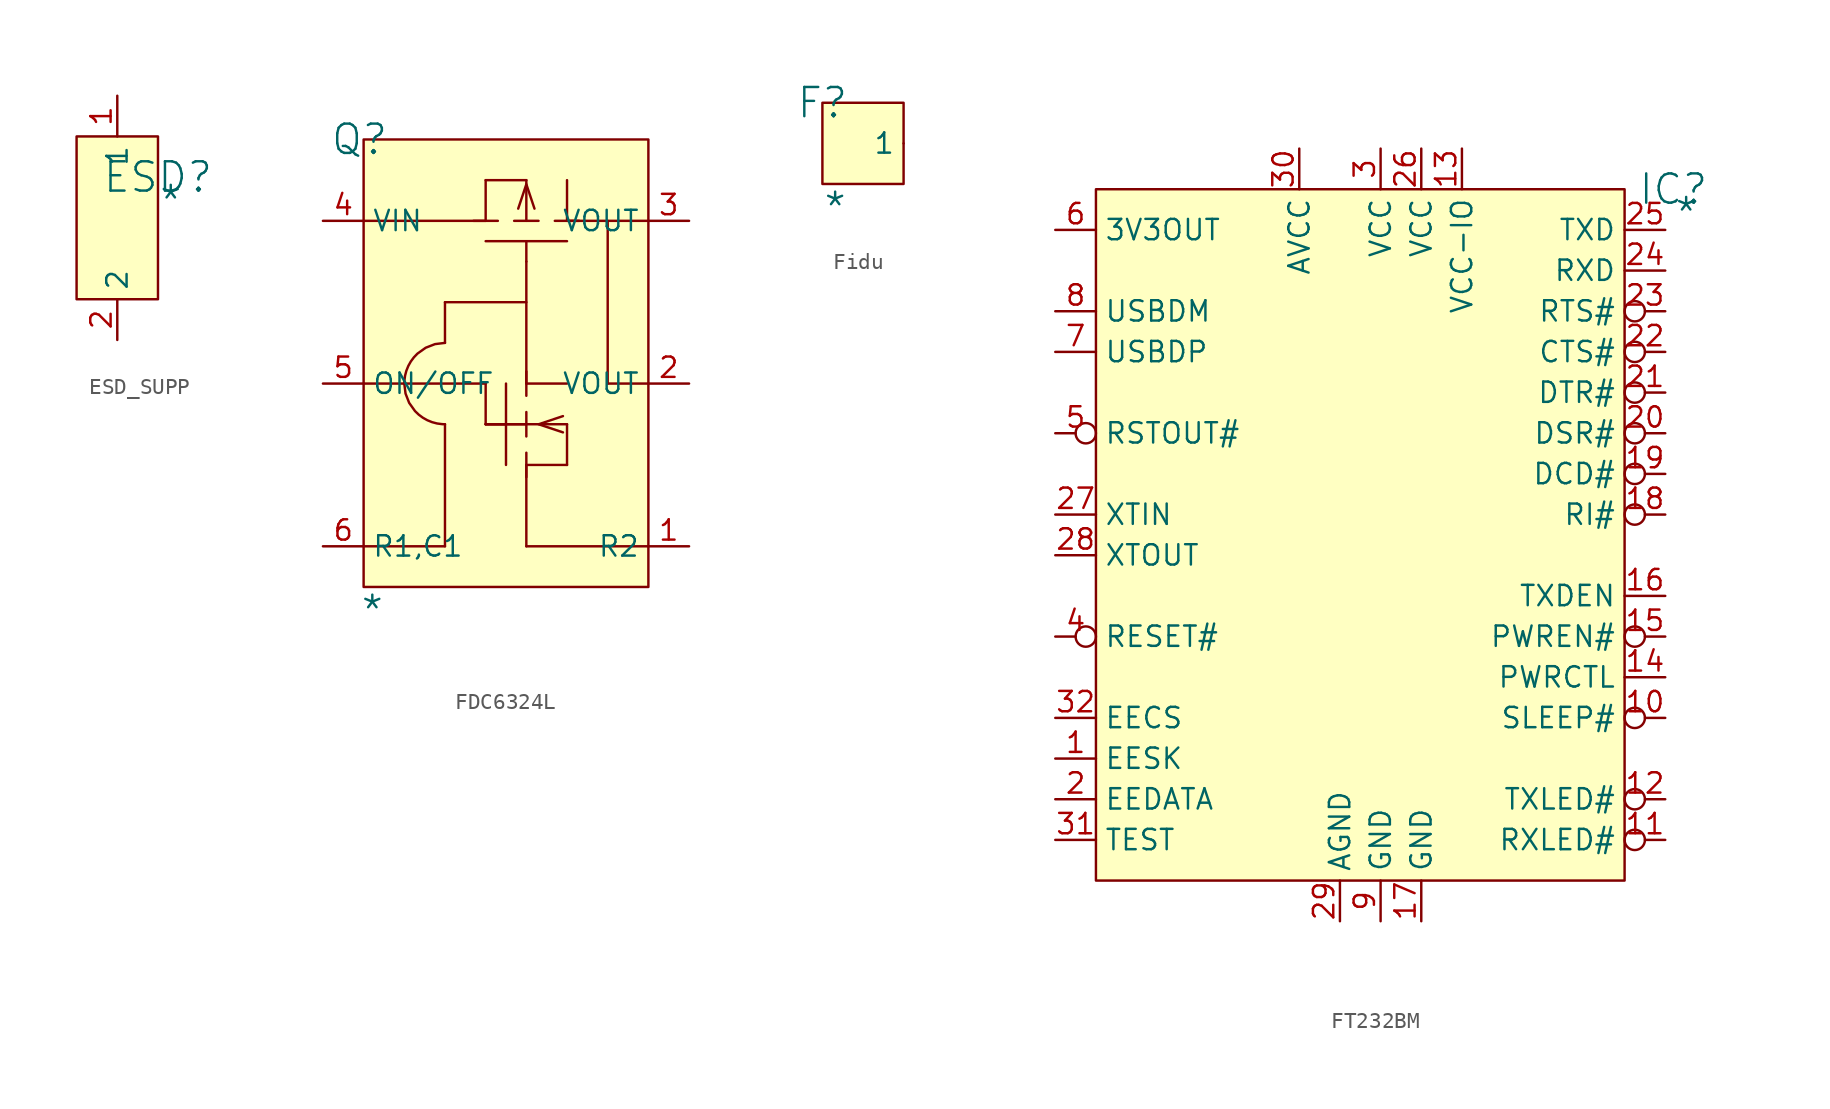
<source format=kicad_sym>
(kicad_symbol_lib
  (version 20241209)
  (generator "kicad_symbol_editor")
  (generator_version "9.0")
  (symbol "ESD_SUPP"
    (property "Reference" "ESD"
      (at 5.08 -2.54 0)
      (effects (font (size 1.829 1.829))))
    (property "Value" "*"
      (at 5.08 -5.08 0)
      (effects (font (size 1.829 1.829)) (justify left bottom)))
    (symbol "ESD_SUPP_1_0"
      (rectangle (start 5.08 0) (end 0 -10.16) (stroke (width 0) (type solid) (color 128 0 0 1)) (fill (type background)))
      (pin passive line (at 2.54 2.54 270) (length 2.54) (name "1" (effects (font (size 1.27 1.27)))) (number "1" (effects (font (size 1.27 1.27)))))
      (pin passive line (at 2.54 -12.7 90) (length 2.54) (name "2" (effects (font (size 1.27 1.27)))) (number "2" (effects (font (size 1.27 1.27)))))))
  (symbol "FDC6324L"
    (property "Reference" "Q"
      (at -0.254 0 0)
      (effects (font (size 1.829 1.829))))
    (property "Value" "*"
      (at -0.254 -30.48 0)
      (effects (font (size 1.829 1.829)) (justify left bottom)))
    (symbol "FDC6324L_1_0"
      (polyline (pts (xy 0 -5.08) (xy 7.62 -5.08)) (stroke (width 0) (type solid)) (fill (type none)))
      (polyline (pts (xy 2.54 -15.24) (xy 0 -15.24)) (stroke (width 0) (type solid)) (fill (type none)))
      (bezier (pts (xy 2.54 -15.24) (xy 2.54 -16.643) (xy 3.677 -17.78) (xy 5.08 -17.78)) (stroke (width 0) (type solid)) (fill (type none)))
      (polyline (pts (xy 5.08 -10.16) (xy 10.16 -10.16)) (stroke (width 0) (type solid)) (fill (type none)))
      (polyline (pts (xy 5.08 -12.7) (xy 5.08 -10.16)) (stroke (width 0) (type solid)) (fill (type none)))
      (bezier (pts (xy 5.08 -12.7) (xy 3.677 -12.7) (xy 2.54 -13.837) (xy 2.54 -15.24)) (stroke (width 0) (type solid)) (fill (type none)))
      (polyline (pts (xy 5.08 -17.78) (xy 5.08 -25.4)) (stroke (width 0) (type solid)) (fill (type none)))
      (polyline (pts (xy 5.08 -25.4) (xy 0 -25.4)) (stroke (width 0) (type solid)) (fill (type none)))
      (polyline (pts (xy 7.62 -5.08) (xy 7.62 -2.54)) (stroke (width 0) (type solid)) (fill (type none)))
      (polyline (pts (xy 7.62 -15.24) (xy 2.54 -15.24)) (stroke (width 0) (type solid)) (fill (type none)))
      (polyline (pts (xy 7.62 -15.24) (xy 7.62 -17.78)) (stroke (width 0) (type solid)) (fill (type none)))
      (polyline (pts (xy 7.62 -17.78) (xy 8.89 -17.78)) (stroke (width 0) (type solid)) (fill (type none)))
      (bezier (pts (xy 7.62 -17.78) (xy 7.62 -17.78) (xy 8.188 -17.78) (xy 8.89 -17.78)) (stroke (width 0) (type solid)) (fill (type none)))
      (polyline (pts (xy 8.382 -5.08) (xy 6.858 -5.08)) (stroke (width 0) (type solid)) (fill (type none)))
      (polyline (pts (xy 8.89 -15.24) (xy 8.89 -20.32)) (stroke (width 0) (type solid)) (fill (type none)))
      (bezier (pts (xy 8.89 -17.78) (xy 8.188 -17.78) (xy 7.62 -17.78) (xy 7.62 -17.78)) (stroke (width 0) (type solid)) (fill (type none)))
      (bezier (pts (xy 8.89 -17.78) (xy 9.591 -17.78) (xy 10.16 -17.78) (xy 10.16 -17.78)) (stroke (width 0) (type solid)) (fill (type none)))
      (polyline (pts (xy 10.16 -2.54) (xy 7.62 -2.54)) (stroke (width 0) (type solid)) (fill (type none)))
      (polyline (pts (xy 10.16 -5.08) (xy 10.16 -2.54)) (stroke (width 0) (type solid)) (fill (type none)))
      (polyline (pts (xy 10.16 -7.62) (xy 10.16 -6.35)) (stroke (width 0) (type solid)) (fill (type none)))
      (polyline (pts (xy 10.16 -7.62) (xy 10.16 -15.24)) (stroke (width 0) (type solid)) (fill (type none)))
      (polyline (pts (xy 10.16 -14.478) (xy 10.16 -16.002)) (stroke (width 0) (type solid)) (fill (type none)))
      (polyline (pts (xy 10.16 -15.24) (xy 12.7 -15.24)) (stroke (width 0) (type solid)) (fill (type none)))
      (polyline (pts (xy 10.16 -17.018) (xy 10.16 -18.542)) (stroke (width 0) (type solid)) (fill (type none)))
      (polyline (pts (xy 10.16 -17.78) (xy 12.7 -17.78)) (stroke (width 0) (type solid)) (fill (type none)))
      (bezier (pts (xy 10.16 -17.78) (xy 10.16 -17.78) (xy 9.591 -17.78) (xy 8.89 -17.78)) (stroke (width 0) (type solid)) (fill (type none)))
      (polyline (pts (xy 10.16 -19.558) (xy 10.16 -21.082)) (stroke (width 0) (type solid)) (fill (type none)))
      (polyline (pts (xy 10.16 -20.32) (xy 10.16 -25.4)) (stroke (width 0) (type solid)) (fill (type none)))
      (polyline (pts (xy 10.16 -20.32) (xy 12.7 -20.32)) (stroke (width 0) (type solid)) (fill (type none)))
      (polyline (pts (xy 10.668 -4.318) (xy 10.16 -2.794) (xy 9.652 -4.318)) (stroke (width 0) (type solid)) (fill (type none)))
      (polyline (pts (xy 10.922 -5.08) (xy 9.398 -5.08)) (stroke (width 0) (type solid)) (fill (type none)))
      (polyline (pts (xy 12.446 -18.288) (xy 10.922 -17.78) (xy 12.446 -17.272)) (stroke (width 0) (type solid)) (fill (type none)))
      (polyline (pts (xy 12.7 -5.08) (xy 12.7 -2.54)) (stroke (width 0) (type solid)) (fill (type none)))
      (polyline (pts (xy 12.7 -6.35) (xy 7.62 -6.35)) (stroke (width 0) (type solid)) (fill (type none)))
      (polyline (pts (xy 12.7 -17.78) (xy 12.7 -20.32)) (stroke (width 0) (type solid)) (fill (type none)))
      (polyline (pts (xy 13.462 -5.08) (xy 11.938 -5.08)) (stroke (width 0) (type solid)) (fill (type none)))
      (polyline (pts (xy 15.24 -5.08) (xy 15.24 -15.24)) (stroke (width 0) (type solid)) (fill (type none)))
      (rectangle (start 17.78 0) (end 0 -27.94) (stroke (width 0) (type solid) (color 128 0 0 1)) (fill (type background)))
      (polyline (pts (xy 17.78 -5.08) (xy 12.7 -5.08)) (stroke (width 0) (type solid)) (fill (type none)))
      (polyline (pts (xy 17.78 -15.24) (xy 15.24 -15.24)) (stroke (width 0) (type solid)) (fill (type none)))
      (polyline (pts (xy 17.78 -25.4) (xy 10.16 -25.4)) (stroke (width 0) (type solid)) (fill (type none)))
      (pin passive line (at -2.54 -5.08 0) (length 2.54) (name "VIN" (effects (font (size 1.27 1.27)))) (number "4" (effects (font (size 1.27 1.27)))))
      (pin passive line (at -2.54 -15.24 0) (length 2.54) (name "ON/OFF" (effects (font (size 1.27 1.27)))) (number "5" (effects (font (size 1.27 1.27)))))
      (pin passive line (at -2.54 -25.4 0) (length 2.54) (name "R1,C1" (effects (font (size 1.27 1.27)))) (number "6" (effects (font (size 1.27 1.27)))))
      (pin passive line (at 20.32 -5.08 180) (length 2.54) (name "VOUT" (effects (font (size 1.27 1.27)))) (number "3" (effects (font (size 1.27 1.27)))))
      (pin passive line (at 20.32 -15.24 180) (length 2.54) (name "VOUT" (effects (font (size 1.27 1.27)))) (number "2" (effects (font (size 1.27 1.27)))))
      (pin passive line (at 20.32 -25.4 180) (length 2.54) (name "R2" (effects (font (size 1.27 1.27)))) (number "1" (effects (font (size 1.27 1.27)))))))
  (symbol "Fidu"
    (pin_numbers
      (hide yes))
    (property "Reference" "F"
      (at 0 0 0)
      (effects (font (size 1.829 1.829))))
    (property "Value" "*"
      (at 0 -7.62 0)
      (effects (font (size 1.829 1.829)) (justify left bottom)))
    (symbol "Fidu_1_0"
      (rectangle (start 5.08 0) (end 0 -5.08) (stroke (width 0) (type solid) (color 128 0 0 1)) (fill (type background)))
      (pin passive line (at 5.08 -2.54 180) (length 0) (name "1" (effects (font (size 1.27 1.27)))) (number "1" (effects (font (size 1.27 1.27)))))))
  (symbol "FT232BM"
    (property "Reference" "IC"
      (at 36.068 0 0)
      (effects (font (size 1.829 1.829))))
    (property "Value" "*"
      (at 36.068 -2.54 0)
      (effects (font (size 1.829 1.829)) (justify left bottom)))
    (symbol "FT232BM_1_0"
      (rectangle (start 33.02 0) (end 0 -43.18) (stroke (width 0) (type solid) (color 128 0 0 1)) (fill (type background)))
      (pin passive line (at -2.54 -2.54 0) (length 2.54) (name "3V3OUT" (effects (font (size 1.27 1.27)))) (number "6" (effects (font (size 1.27 1.27)))))
      (pin passive line (at -2.54 -7.62 0) (length 2.54) (name "USBDM" (effects (font (size 1.27 1.27)))) (number "8" (effects (font (size 1.27 1.27)))))
      (pin passive line (at -2.54 -10.16 0) (length 2.54) (name "USBDP" (effects (font (size 1.27 1.27)))) (number "7" (effects (font (size 1.27 1.27)))))
      (pin passive inverted (at -2.54 -15.24 0) (length 2.54) (name "RSTOUT#" (effects (font (size 1.27 1.27)))) (number "5" (effects (font (size 1.27 1.27)))))
      (pin passive line (at -2.54 -20.32 0) (length 2.54) (name "XTIN" (effects (font (size 1.27 1.27)))) (number "27" (effects (font (size 1.27 1.27)))))
      (pin passive line (at -2.54 -22.86 0) (length 2.54) (name "XTOUT" (effects (font (size 1.27 1.27)))) (number "28" (effects (font (size 1.27 1.27)))))
      (pin passive inverted (at -2.54 -27.94 0) (length 2.54) (name "RESET#" (effects (font (size 1.27 1.27)))) (number "4" (effects (font (size 1.27 1.27)))))
      (pin passive line (at -2.54 -33.02 0) (length 2.54) (name "EECS" (effects (font (size 1.27 1.27)))) (number "32" (effects (font (size 1.27 1.27)))))
      (pin passive line (at -2.54 -35.56 0) (length 2.54) (name "EESK" (effects (font (size 1.27 1.27)))) (number "1" (effects (font (size 1.27 1.27)))))
      (pin passive line (at -2.54 -38.1 0) (length 2.54) (name "EEDATA" (effects (font (size 1.27 1.27)))) (number "2" (effects (font (size 1.27 1.27)))))
      (pin passive line (at -2.54 -40.64 0) (length 2.54) (name "TEST" (effects (font (size 1.27 1.27)))) (number "31" (effects (font (size 1.27 1.27)))))
      (pin passive line (at 12.7 2.54 270) (length 2.54) (name "AVCC" (effects (font (size 1.27 1.27)))) (number "30" (effects (font (size 1.27 1.27)))))
      (pin passive line (at 15.24 -45.72 90) (length 2.54) (name "AGND" (effects (font (size 1.27 1.27)))) (number "29" (effects (font (size 1.27 1.27)))))
      (pin passive line (at 17.78 2.54 270) (length 2.54) (name "VCC" (effects (font (size 1.27 1.27)))) (number "3" (effects (font (size 1.27 1.27)))))
      (pin passive line (at 17.78 -45.72 90) (length 2.54) (name "GND" (effects (font (size 1.27 1.27)))) (number "9" (effects (font (size 1.27 1.27)))))
      (pin passive line (at 20.32 2.54 270) (length 2.54) (name "VCC" (effects (font (size 1.27 1.27)))) (number "26" (effects (font (size 1.27 1.27)))))
      (pin passive line (at 20.32 -45.72 90) (length 2.54) (name "GND" (effects (font (size 1.27 1.27)))) (number "17" (effects (font (size 1.27 1.27)))))
      (pin passive line (at 22.86 2.54 270) (length 2.54) (name "VCC-IO" (effects (font (size 1.27 1.27)))) (number "13" (effects (font (size 1.27 1.27)))))
      (pin passive line (at 35.56 -2.54 180) (length 2.54) (name "TXD" (effects (font (size 1.27 1.27)))) (number "25" (effects (font (size 1.27 1.27)))))
      (pin passive line (at 35.56 -5.08 180) (length 2.54) (name "RXD" (effects (font (size 1.27 1.27)))) (number "24" (effects (font (size 1.27 1.27)))))
      (pin passive inverted (at 35.56 -7.62 180) (length 2.54) (name "RTS#" (effects (font (size 1.27 1.27)))) (number "23" (effects (font (size 1.27 1.27)))))
      (pin passive inverted (at 35.56 -10.16 180) (length 2.54) (name "CTS#" (effects (font (size 1.27 1.27)))) (number "22" (effects (font (size 1.27 1.27)))))
      (pin passive inverted (at 35.56 -12.7 180) (length 2.54) (name "DTR#" (effects (font (size 1.27 1.27)))) (number "21" (effects (font (size 1.27 1.27)))))
      (pin passive inverted (at 35.56 -15.24 180) (length 2.54) (name "DSR#" (effects (font (size 1.27 1.27)))) (number "20" (effects (font (size 1.27 1.27)))))
      (pin passive inverted (at 35.56 -17.78 180) (length 2.54) (name "DCD#" (effects (font (size 1.27 1.27)))) (number "19" (effects (font (size 1.27 1.27)))))
      (pin passive inverted (at 35.56 -20.32 180) (length 2.54) (name "RI#" (effects (font (size 1.27 1.27)))) (number "18" (effects (font (size 1.27 1.27)))))
      (pin passive line (at 35.56 -25.4 180) (length 2.54) (name "TXDEN" (effects (font (size 1.27 1.27)))) (number "16" (effects (font (size 1.27 1.27)))))
      (pin passive inverted (at 35.56 -27.94 180) (length 2.54) (name "PWREN#" (effects (font (size 1.27 1.27)))) (number "15" (effects (font (size 1.27 1.27)))))
      (pin passive line (at 35.56 -30.48 180) (length 2.54) (name "PWRCTL" (effects (font (size 1.27 1.27)))) (number "14" (effects (font (size 1.27 1.27)))))
      (pin passive inverted (at 35.56 -33.02 180) (length 2.54) (name "SLEEP#" (effects (font (size 1.27 1.27)))) (number "10" (effects (font (size 1.27 1.27)))))
      (pin passive inverted (at 35.56 -38.1 180) (length 2.54) (name "TXLED#" (effects (font (size 1.27 1.27)))) (number "12" (effects (font (size 1.27 1.27)))))
      (pin tri_state inverted (at 35.56 -40.64 180) (length 2.54) (name "RXLED#" (effects (font (size 1.27 1.27)))) (number "11" (effects (font (size 1.27 1.27))))))))
</source>
